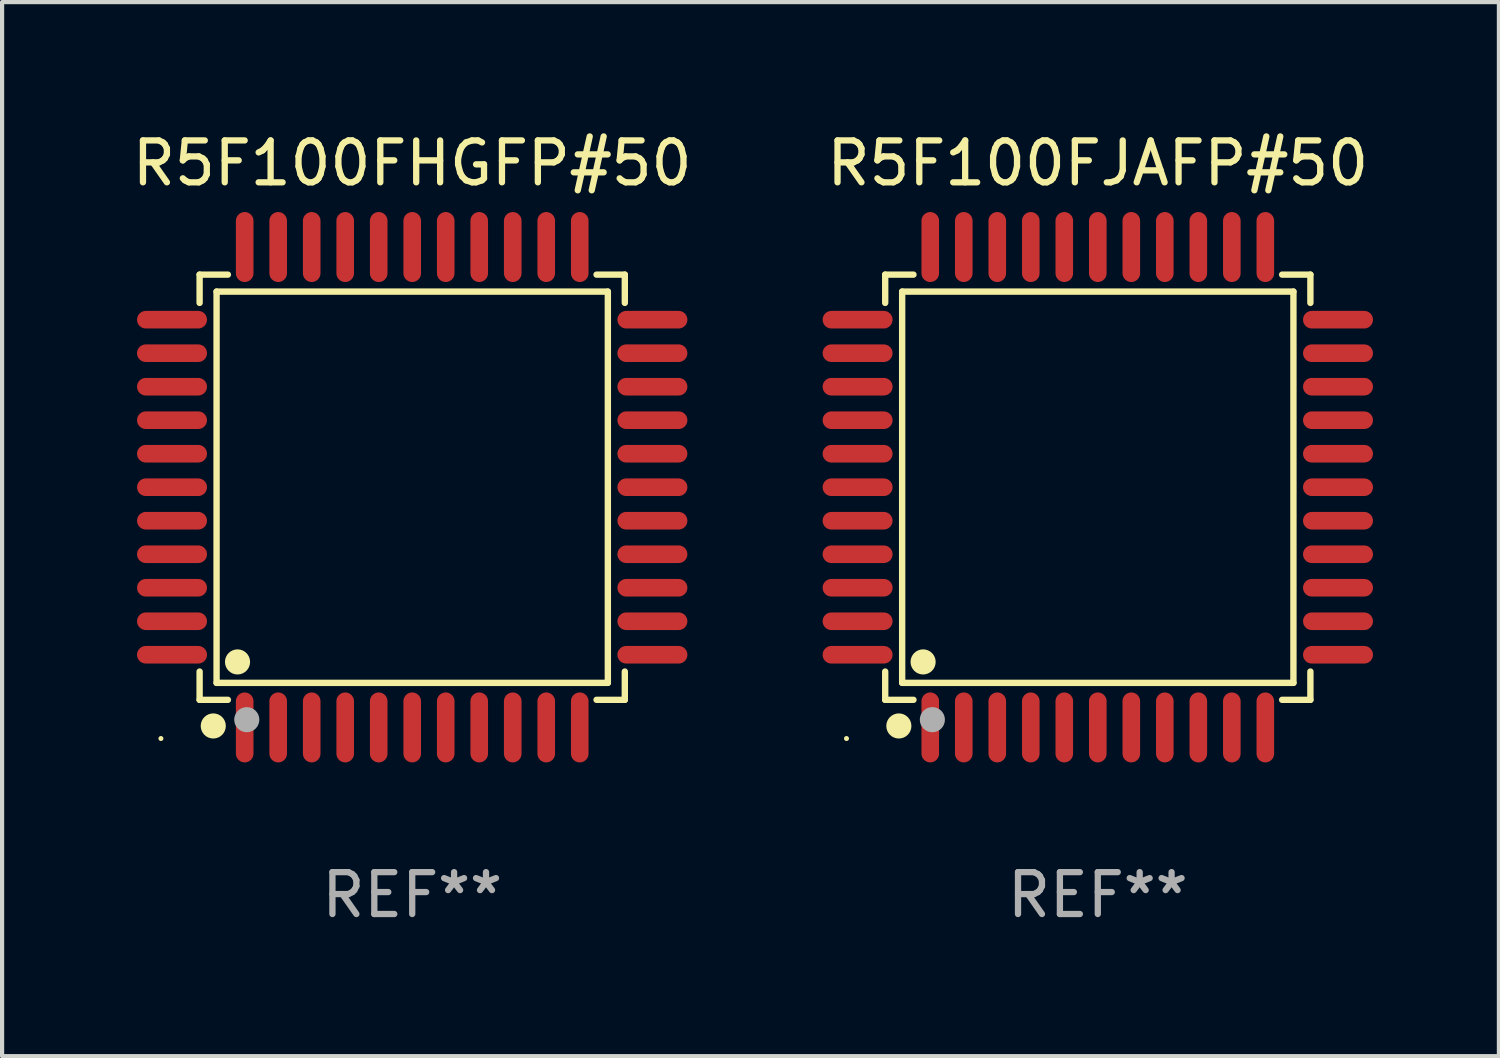
<source format=kicad_pcb>
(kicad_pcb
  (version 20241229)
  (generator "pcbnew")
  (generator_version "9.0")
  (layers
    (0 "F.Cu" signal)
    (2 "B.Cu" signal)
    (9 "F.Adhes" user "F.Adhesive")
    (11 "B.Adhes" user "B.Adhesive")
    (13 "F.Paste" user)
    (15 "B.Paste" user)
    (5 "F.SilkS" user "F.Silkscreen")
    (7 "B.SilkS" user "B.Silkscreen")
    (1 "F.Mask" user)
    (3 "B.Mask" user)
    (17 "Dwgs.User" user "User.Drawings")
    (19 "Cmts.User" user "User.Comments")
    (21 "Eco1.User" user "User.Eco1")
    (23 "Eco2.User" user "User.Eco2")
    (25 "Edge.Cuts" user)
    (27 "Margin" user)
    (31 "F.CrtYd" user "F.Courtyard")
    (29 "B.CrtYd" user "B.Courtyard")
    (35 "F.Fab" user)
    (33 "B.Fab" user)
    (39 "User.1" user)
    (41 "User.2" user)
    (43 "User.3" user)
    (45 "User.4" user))
  (footprint "R5F100FJAFP#50"
    (layer "F.Cu")
    (at 23.161 8.583)
    (property "Reference" "R5F100FJAFP#50" (at 0 -7.735 0) (layer "F.SilkS") (effects (font (size 1 1) (thickness 0.15))))
    (attr through_hole)
    (fp_line (start -5.076 -5.076) (end -4.401 -5.076) (stroke (width 0.152) (type solid)) (layer "F.SilkS"))
    (fp_line (start -5.076 -4.401) (end -5.076 -5.076) (stroke (width 0.152) (type solid)) (layer "F.SilkS"))
    (fp_line (start -5.076 4.401) (end -5.076 5.076) (stroke (width 0.152) (type solid)) (layer "F.SilkS"))
    (fp_line (start -5.076 5.076) (end -4.401 5.076) (stroke (width 0.152) (type solid)) (layer "F.SilkS"))
    (fp_line (start -4.671 -4.671) (end 4.671 -4.671) (stroke (width 0.152) (type solid)) (layer "F.SilkS"))
    (fp_line (start -4.671 4.671) (end -4.671 -4.671) (stroke (width 0.152) (type solid)) (layer "F.SilkS"))
    (fp_line (start 4.671 -4.671) (end 4.671 4.671) (stroke (width 0.152) (type solid)) (layer "F.SilkS"))
    (fp_line (start 4.671 4.671) (end -4.671 4.671) (stroke (width 0.152) (type solid)) (layer "F.SilkS"))
    (fp_line (start 5.076 -5.076) (end 4.401 -5.076) (stroke (width 0.152) (type solid)) (layer "F.SilkS"))
    (fp_line (start 5.076 -4.401) (end 5.076 -5.076) (stroke (width 0.152) (type solid)) (layer "F.SilkS"))
    (fp_line (start 5.076 4.401) (end 5.076 5.076) (stroke (width 0.152) (type solid)) (layer "F.SilkS"))
    (fp_line (start 5.076 5.076) (end 4.401 5.076) (stroke (width 0.152) (type solid)) (layer "F.SilkS"))
    (fp_circle (center -6 6) (end -5.97 6) (stroke (width 0.06) (type solid)) (fill no) (layer "F.SilkS"))
    (fp_circle (center -4.75 5.7) (end -4.6 5.7) (stroke (width 0.3) (type solid)) (fill no) (layer "F.SilkS"))
    (fp_circle (center -4.171 4.171) (end -4.021 4.171) (stroke (width 0.3) (type solid)) (fill no) (layer "F.SilkS"))
    (fp_circle (center -3.95 5.55) (end -3.8 5.55) (stroke (width 0.3) (type solid)) (fill no) (layer "F.Fab"))
    (fp_text user "REF**" (at 0 9.735 0) (layer "F.Fab") (effects (font (size 1 1) (thickness 0.15))))
    (pad "1" smd oval (at -4 5.735) (size 0.42 1.67) (layers "F.Cu" "F.Mask" "F.Paste"))
    (pad "2" smd oval (at -3.2 5.735) (size 0.42 1.67) (layers "F.Cu" "F.Mask" "F.Paste"))
    (pad "3" smd oval (at -2.4 5.735) (size 0.42 1.67) (layers "F.Cu" "F.Mask" "F.Paste"))
    (pad "4" smd oval (at -1.6 5.735) (size 0.42 1.67) (layers "F.Cu" "F.Mask" "F.Paste"))
    (pad "5" smd oval (at -0.8 5.735) (size 0.42 1.67) (layers "F.Cu" "F.Mask" "F.Paste"))
    (pad "6" smd oval (at 0 5.735) (size 0.42 1.67) (layers "F.Cu" "F.Mask" "F.Paste"))
    (pad "7" smd oval (at 0.8 5.735) (size 0.42 1.67) (layers "F.Cu" "F.Mask" "F.Paste"))
    (pad "8" smd oval (at 1.6 5.735) (size 0.42 1.67) (layers "F.Cu" "F.Mask" "F.Paste"))
    (pad "9" smd oval (at 2.4 5.735) (size 0.42 1.67) (layers "F.Cu" "F.Mask" "F.Paste"))
    (pad "10" smd oval (at 3.2 5.735) (size 0.42 1.67) (layers "F.Cu" "F.Mask" "F.Paste"))
    (pad "11" smd oval (at 4 5.735) (size 0.42 1.67) (layers "F.Cu" "F.Mask" "F.Paste"))
    (pad "12" smd oval (at 5.735 4) (size 1.67 0.42) (layers "F.Cu" "F.Mask" "F.Paste"))
    (pad "13" smd oval (at 5.735 3.2) (size 1.67 0.42) (layers "F.Cu" "F.Mask" "F.Paste"))
    (pad "14" smd oval (at 5.735 2.4) (size 1.67 0.42) (layers "F.Cu" "F.Mask" "F.Paste"))
    (pad "15" smd oval (at 5.735 1.6) (size 1.67 0.42) (layers "F.Cu" "F.Mask" "F.Paste"))
    (pad "16" smd oval (at 5.735 0.8) (size 1.67 0.42) (layers "F.Cu" "F.Mask" "F.Paste"))
    (pad "17" smd oval (at 5.735 0) (size 1.67 0.42) (layers "F.Cu" "F.Mask" "F.Paste"))
    (pad "18" smd oval (at 5.735 -0.8) (size 1.67 0.42) (layers "F.Cu" "F.Mask" "F.Paste"))
    (pad "19" smd oval (at 5.735 -1.6) (size 1.67 0.42) (layers "F.Cu" "F.Mask" "F.Paste"))
    (pad "20" smd oval (at 5.735 -2.4) (size 1.67 0.42) (layers "F.Cu" "F.Mask" "F.Paste"))
    (pad "21" smd oval (at 5.735 -3.2) (size 1.67 0.42) (layers "F.Cu" "F.Mask" "F.Paste"))
    (pad "22" smd oval (at 5.735 -4) (size 1.67 0.42) (layers "F.Cu" "F.Mask" "F.Paste"))
    (pad "23" smd oval (at 4 -5.735) (size 0.42 1.67) (layers "F.Cu" "F.Mask" "F.Paste"))
    (pad "24" smd oval (at 3.2 -5.735) (size 0.42 1.67) (layers "F.Cu" "F.Mask" "F.Paste"))
    (pad "25" smd oval (at 2.4 -5.735) (size 0.42 1.67) (layers "F.Cu" "F.Mask" "F.Paste"))
    (pad "26" smd oval (at 1.6 -5.735) (size 0.42 1.67) (layers "F.Cu" "F.Mask" "F.Paste"))
    (pad "27" smd oval (at 0.8 -5.735) (size 0.42 1.67) (layers "F.Cu" "F.Mask" "F.Paste"))
    (pad "28" smd oval (at 0 -5.735) (size 0.42 1.67) (layers "F.Cu" "F.Mask" "F.Paste"))
    (pad "29" smd oval (at -0.8 -5.735) (size 0.42 1.67) (layers "F.Cu" "F.Mask" "F.Paste"))
    (pad "30" smd oval (at -1.6 -5.735) (size 0.42 1.67) (layers "F.Cu" "F.Mask" "F.Paste"))
    (pad "31" smd oval (at -2.4 -5.735) (size 0.42 1.67) (layers "F.Cu" "F.Mask" "F.Paste"))
    (pad "32" smd oval (at -3.2 -5.735) (size 0.42 1.67) (layers "F.Cu" "F.Mask" "F.Paste"))
    (pad "33" smd oval (at -4 -5.735) (size 0.42 1.67) (layers "F.Cu" "F.Mask" "F.Paste"))
    (pad "34" smd oval (at -5.735 -4) (size 1.67 0.42) (layers "F.Cu" "F.Mask" "F.Paste"))
    (pad "35" smd oval (at -5.735 -3.2) (size 1.67 0.42) (layers "F.Cu" "F.Mask" "F.Paste"))
    (pad "36" smd oval (at -5.735 -2.4) (size 1.67 0.42) (layers "F.Cu" "F.Mask" "F.Paste"))
    (pad "37" smd oval (at -5.735 -1.6) (size 1.67 0.42) (layers "F.Cu" "F.Mask" "F.Paste"))
    (pad "38" smd oval (at -5.735 -0.8) (size 1.67 0.42) (layers "F.Cu" "F.Mask" "F.Paste"))
    (pad "39" smd oval (at -5.735 0) (size 1.67 0.42) (layers "F.Cu" "F.Mask" "F.Paste"))
    (pad "40" smd oval (at -5.735 0.8) (size 1.67 0.42) (layers "F.Cu" "F.Mask" "F.Paste"))
    (pad "41" smd oval (at -5.735 1.6) (size 1.67 0.42) (layers "F.Cu" "F.Mask" "F.Paste"))
    (pad "42" smd oval (at -5.735 2.4) (size 1.67 0.42) (layers "F.Cu" "F.Mask" "F.Paste"))
    (pad "43" smd oval (at -5.735 3.2) (size 1.67 0.42) (layers "F.Cu" "F.Mask" "F.Paste"))
    (pad "44" smd oval (at -5.735 4) (size 1.67 0.42) (layers "F.Cu" "F.Mask" "F.Paste")))
  (footprint "R5F100FHGFP#50"
    (layer "F.Cu")
    (at 6.792 8.583)
    (property "Reference" "R5F100FHGFP#50" (at 0 -7.735 0) (layer "F.SilkS") (effects (font (size 1 1) (thickness 0.15))))
    (attr through_hole)
    (fp_line (start -5.076 -5.076) (end -4.401 -5.076) (stroke (width 0.152) (type solid)) (layer "F.SilkS"))
    (fp_line (start -5.076 -4.401) (end -5.076 -5.076) (stroke (width 0.152) (type solid)) (layer "F.SilkS"))
    (fp_line (start -5.076 4.401) (end -5.076 5.076) (stroke (width 0.152) (type solid)) (layer "F.SilkS"))
    (fp_line (start -5.076 5.076) (end -4.401 5.076) (stroke (width 0.152) (type solid)) (layer "F.SilkS"))
    (fp_line (start -4.671 -4.671) (end 4.671 -4.671) (stroke (width 0.152) (type solid)) (layer "F.SilkS"))
    (fp_line (start -4.671 4.671) (end -4.671 -4.671) (stroke (width 0.152) (type solid)) (layer "F.SilkS"))
    (fp_line (start 4.671 -4.671) (end 4.671 4.671) (stroke (width 0.152) (type solid)) (layer "F.SilkS"))
    (fp_line (start 4.671 4.671) (end -4.671 4.671) (stroke (width 0.152) (type solid)) (layer "F.SilkS"))
    (fp_line (start 5.076 -5.076) (end 4.401 -5.076) (stroke (width 0.152) (type solid)) (layer "F.SilkS"))
    (fp_line (start 5.076 -4.401) (end 5.076 -5.076) (stroke (width 0.152) (type solid)) (layer "F.SilkS"))
    (fp_line (start 5.076 4.401) (end 5.076 5.076) (stroke (width 0.152) (type solid)) (layer "F.SilkS"))
    (fp_line (start 5.076 5.076) (end 4.401 5.076) (stroke (width 0.152) (type solid)) (layer "F.SilkS"))
    (fp_circle (center -6 6) (end -5.97 6) (stroke (width 0.06) (type solid)) (fill no) (layer "F.SilkS"))
    (fp_circle (center -4.75 5.7) (end -4.6 5.7) (stroke (width 0.3) (type solid)) (fill no) (layer "F.SilkS"))
    (fp_circle (center -4.171 4.171) (end -4.021 4.171) (stroke (width 0.3) (type solid)) (fill no) (layer "F.SilkS"))
    (fp_circle (center -3.95 5.55) (end -3.8 5.55) (stroke (width 0.3) (type solid)) (fill no) (layer "F.Fab"))
    (fp_text user "REF**" (at 0 9.735 0) (layer "F.Fab") (effects (font (size 1 1) (thickness 0.15))))
    (pad "1" smd oval (at -4 5.735) (size 0.42 1.67) (layers "F.Cu" "F.Mask" "F.Paste"))
    (pad "2" smd oval (at -3.2 5.735) (size 0.42 1.67) (layers "F.Cu" "F.Mask" "F.Paste"))
    (pad "3" smd oval (at -2.4 5.735) (size 0.42 1.67) (layers "F.Cu" "F.Mask" "F.Paste"))
    (pad "4" smd oval (at -1.6 5.735) (size 0.42 1.67) (layers "F.Cu" "F.Mask" "F.Paste"))
    (pad "5" smd oval (at -0.8 5.735) (size 0.42 1.67) (layers "F.Cu" "F.Mask" "F.Paste"))
    (pad "6" smd oval (at 0 5.735) (size 0.42 1.67) (layers "F.Cu" "F.Mask" "F.Paste"))
    (pad "7" smd oval (at 0.8 5.735) (size 0.42 1.67) (layers "F.Cu" "F.Mask" "F.Paste"))
    (pad "8" smd oval (at 1.6 5.735) (size 0.42 1.67) (layers "F.Cu" "F.Mask" "F.Paste"))
    (pad "9" smd oval (at 2.4 5.735) (size 0.42 1.67) (layers "F.Cu" "F.Mask" "F.Paste"))
    (pad "10" smd oval (at 3.2 5.735) (size 0.42 1.67) (layers "F.Cu" "F.Mask" "F.Paste"))
    (pad "11" smd oval (at 4 5.735) (size 0.42 1.67) (layers "F.Cu" "F.Mask" "F.Paste"))
    (pad "12" smd oval (at 5.735 4) (size 1.67 0.42) (layers "F.Cu" "F.Mask" "F.Paste"))
    (pad "13" smd oval (at 5.735 3.2) (size 1.67 0.42) (layers "F.Cu" "F.Mask" "F.Paste"))
    (pad "14" smd oval (at 5.735 2.4) (size 1.67 0.42) (layers "F.Cu" "F.Mask" "F.Paste"))
    (pad "15" smd oval (at 5.735 1.6) (size 1.67 0.42) (layers "F.Cu" "F.Mask" "F.Paste"))
    (pad "16" smd oval (at 5.735 0.8) (size 1.67 0.42) (layers "F.Cu" "F.Mask" "F.Paste"))
    (pad "17" smd oval (at 5.735 0) (size 1.67 0.42) (layers "F.Cu" "F.Mask" "F.Paste"))
    (pad "18" smd oval (at 5.735 -0.8) (size 1.67 0.42) (layers "F.Cu" "F.Mask" "F.Paste"))
    (pad "19" smd oval (at 5.735 -1.6) (size 1.67 0.42) (layers "F.Cu" "F.Mask" "F.Paste"))
    (pad "20" smd oval (at 5.735 -2.4) (size 1.67 0.42) (layers "F.Cu" "F.Mask" "F.Paste"))
    (pad "21" smd oval (at 5.735 -3.2) (size 1.67 0.42) (layers "F.Cu" "F.Mask" "F.Paste"))
    (pad "22" smd oval (at 5.735 -4) (size 1.67 0.42) (layers "F.Cu" "F.Mask" "F.Paste"))
    (pad "23" smd oval (at 4 -5.735) (size 0.42 1.67) (layers "F.Cu" "F.Mask" "F.Paste"))
    (pad "24" smd oval (at 3.2 -5.735) (size 0.42 1.67) (layers "F.Cu" "F.Mask" "F.Paste"))
    (pad "25" smd oval (at 2.4 -5.735) (size 0.42 1.67) (layers "F.Cu" "F.Mask" "F.Paste"))
    (pad "26" smd oval (at 1.6 -5.735) (size 0.42 1.67) (layers "F.Cu" "F.Mask" "F.Paste"))
    (pad "27" smd oval (at 0.8 -5.735) (size 0.42 1.67) (layers "F.Cu" "F.Mask" "F.Paste"))
    (pad "28" smd oval (at 0 -5.735) (size 0.42 1.67) (layers "F.Cu" "F.Mask" "F.Paste"))
    (pad "29" smd oval (at -0.8 -5.735) (size 0.42 1.67) (layers "F.Cu" "F.Mask" "F.Paste"))
    (pad "30" smd oval (at -1.6 -5.735) (size 0.42 1.67) (layers "F.Cu" "F.Mask" "F.Paste"))
    (pad "31" smd oval (at -2.4 -5.735) (size 0.42 1.67) (layers "F.Cu" "F.Mask" "F.Paste"))
    (pad "32" smd oval (at -3.2 -5.735) (size 0.42 1.67) (layers "F.Cu" "F.Mask" "F.Paste"))
    (pad "33" smd oval (at -4 -5.735) (size 0.42 1.67) (layers "F.Cu" "F.Mask" "F.Paste"))
    (pad "34" smd oval (at -5.735 -4) (size 1.67 0.42) (layers "F.Cu" "F.Mask" "F.Paste"))
    (pad "35" smd oval (at -5.735 -3.2) (size 1.67 0.42) (layers "F.Cu" "F.Mask" "F.Paste"))
    (pad "36" smd oval (at -5.735 -2.4) (size 1.67 0.42) (layers "F.Cu" "F.Mask" "F.Paste"))
    (pad "37" smd oval (at -5.735 -1.6) (size 1.67 0.42) (layers "F.Cu" "F.Mask" "F.Paste"))
    (pad "38" smd oval (at -5.735 -0.8) (size 1.67 0.42) (layers "F.Cu" "F.Mask" "F.Paste"))
    (pad "39" smd oval (at -5.735 0) (size 1.67 0.42) (layers "F.Cu" "F.Mask" "F.Paste"))
    (pad "40" smd oval (at -5.735 0.8) (size 1.67 0.42) (layers "F.Cu" "F.Mask" "F.Paste"))
    (pad "41" smd oval (at -5.735 1.6) (size 1.67 0.42) (layers "F.Cu" "F.Mask" "F.Paste"))
    (pad "42" smd oval (at -5.735 2.4) (size 1.67 0.42) (layers "F.Cu" "F.Mask" "F.Paste"))
    (pad "43" smd oval (at -5.735 3.2) (size 1.67 0.42) (layers "F.Cu" "F.Mask" "F.Paste"))
    (pad "44" smd oval (at -5.735 4) (size 1.67 0.42) (layers "F.Cu" "F.Mask" "F.Paste")))
  (gr_rect
    (start -3 -3)
    (end 32.738 22.167)
    (stroke (width 0.1) (type default))
    (fill no)
    (layer "Edge.Cuts")))
</source>
